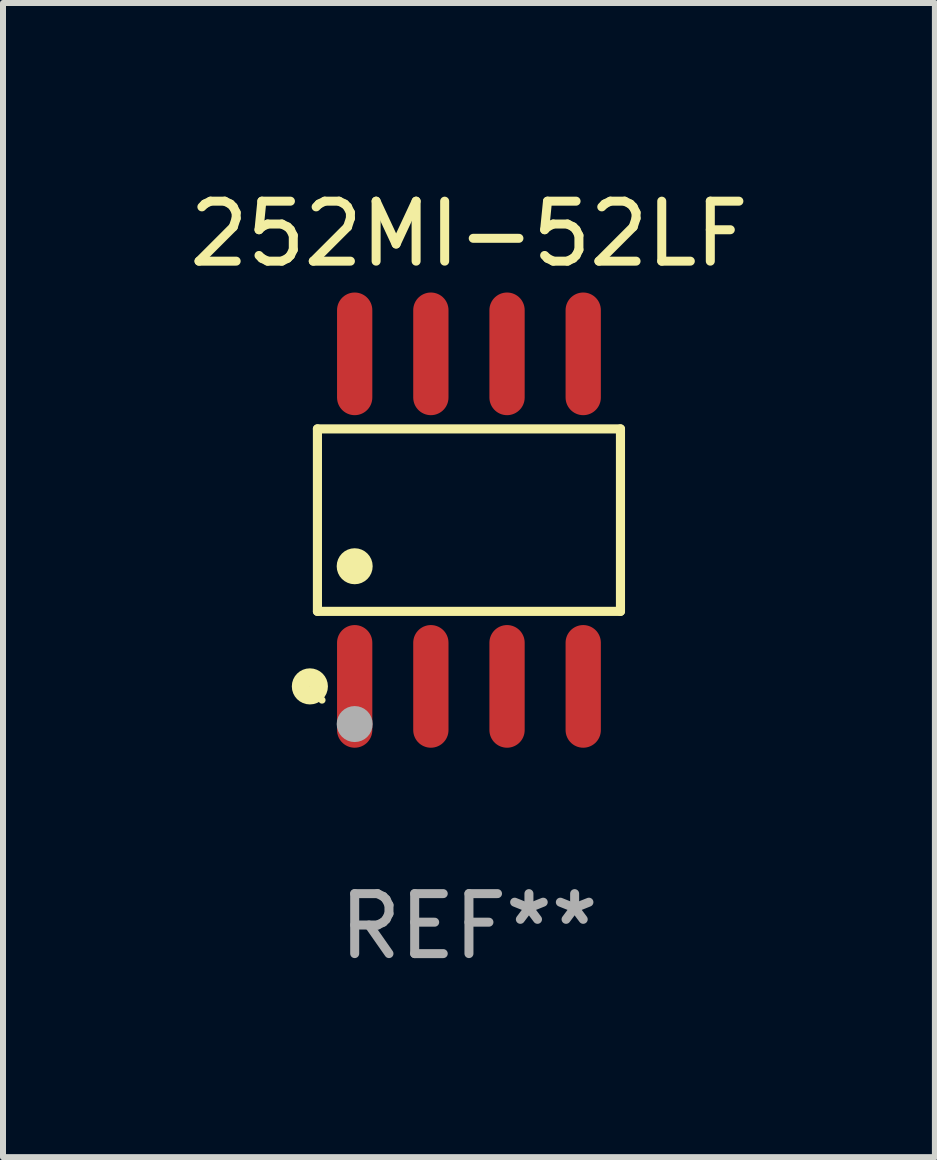
<source format=kicad_pcb>
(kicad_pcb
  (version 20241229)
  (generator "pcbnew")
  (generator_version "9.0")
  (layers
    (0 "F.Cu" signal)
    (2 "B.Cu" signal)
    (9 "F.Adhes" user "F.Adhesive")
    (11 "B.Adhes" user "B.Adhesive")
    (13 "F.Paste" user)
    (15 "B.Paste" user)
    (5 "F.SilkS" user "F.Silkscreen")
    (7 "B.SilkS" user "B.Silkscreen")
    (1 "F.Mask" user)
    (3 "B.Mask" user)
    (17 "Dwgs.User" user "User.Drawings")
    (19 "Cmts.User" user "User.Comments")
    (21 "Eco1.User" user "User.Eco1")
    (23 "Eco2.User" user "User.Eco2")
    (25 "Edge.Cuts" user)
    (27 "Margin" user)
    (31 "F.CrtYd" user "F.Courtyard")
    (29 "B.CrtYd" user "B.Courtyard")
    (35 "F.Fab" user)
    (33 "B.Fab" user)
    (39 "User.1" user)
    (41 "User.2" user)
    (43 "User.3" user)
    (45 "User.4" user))
  (footprint "252MI-52LF"
    (layer "F.Cu")
    (at 4.768 5.621)
    (property "Reference" "252MI-52LF" (at 0 -4.772 0) (layer "F.SilkS") (effects (font (size 1 1) (thickness 0.15))))
    (attr through_hole)
    (fp_line (start -2.526 -1.521) (end 2.526 -1.521) (stroke (width 0.152) (type solid)) (layer "F.SilkS"))
    (fp_line (start -2.526 1.521) (end -2.526 -1.521) (stroke (width 0.152) (type solid)) (layer "F.SilkS"))
    (fp_line (start 2.526 -1.521) (end 2.526 1.521) (stroke (width 0.152) (type solid)) (layer "F.SilkS"))
    (fp_line (start 2.526 1.521) (end -2.526 1.521) (stroke (width 0.152) (type solid)) (layer "F.SilkS"))
    (fp_circle (center -2.652 2.772) (end -2.501 2.772) (stroke (width 0.3) (type solid)) (fill no) (layer "F.SilkS"))
    (fp_circle (center -2.45 3) (end -2.42 3) (stroke (width 0.06) (type solid)) (fill no) (layer "F.SilkS"))
    (fp_circle (center -1.905 0.769) (end -1.755 0.769) (stroke (width 0.3) (type solid)) (fill no) (layer "F.SilkS"))
    (fp_circle (center -1.905 3.4) (end -1.755 3.4) (stroke (width 0.3) (type solid)) (fill no) (layer "F.Fab"))
    (fp_text user "REF**" (at 0 6.772 0) (layer "F.Fab") (effects (font (size 1 1) (thickness 0.15))))
    (pad "1" smd oval (at -1.905 2.772) (size 0.588 2.045) (layers "F.Cu" "F.Mask" "F.Paste"))
    (pad "2" smd oval (at -0.635 2.772) (size 0.588 2.045) (layers "F.Cu" "F.Mask" "F.Paste"))
    (pad "3" smd oval (at 0.635 2.772) (size 0.588 2.045) (layers "F.Cu" "F.Mask" "F.Paste"))
    (pad "4" smd oval (at 1.905 2.772) (size 0.588 2.045) (layers "F.Cu" "F.Mask" "F.Paste"))
    (pad "5" smd oval (at 1.905 -2.772) (size 0.588 2.045) (layers "F.Cu" "F.Mask" "F.Paste"))
    (pad "6" smd oval (at 0.635 -2.772) (size 0.588 2.045) (layers "F.Cu" "F.Mask" "F.Paste"))
    (pad "7" smd oval (at -0.635 -2.772) (size 0.588 2.045) (layers "F.Cu" "F.Mask" "F.Paste"))
    (pad "8" smd oval (at -1.905 -2.772) (size 0.588 2.045) (layers "F.Cu" "F.Mask" "F.Paste")))
  (gr_rect
    (start -3 -3)
    (end 12.536 16.241)
    (stroke (width 0.1) (type default))
    (fill no)
    (layer "Edge.Cuts")))
</source>
